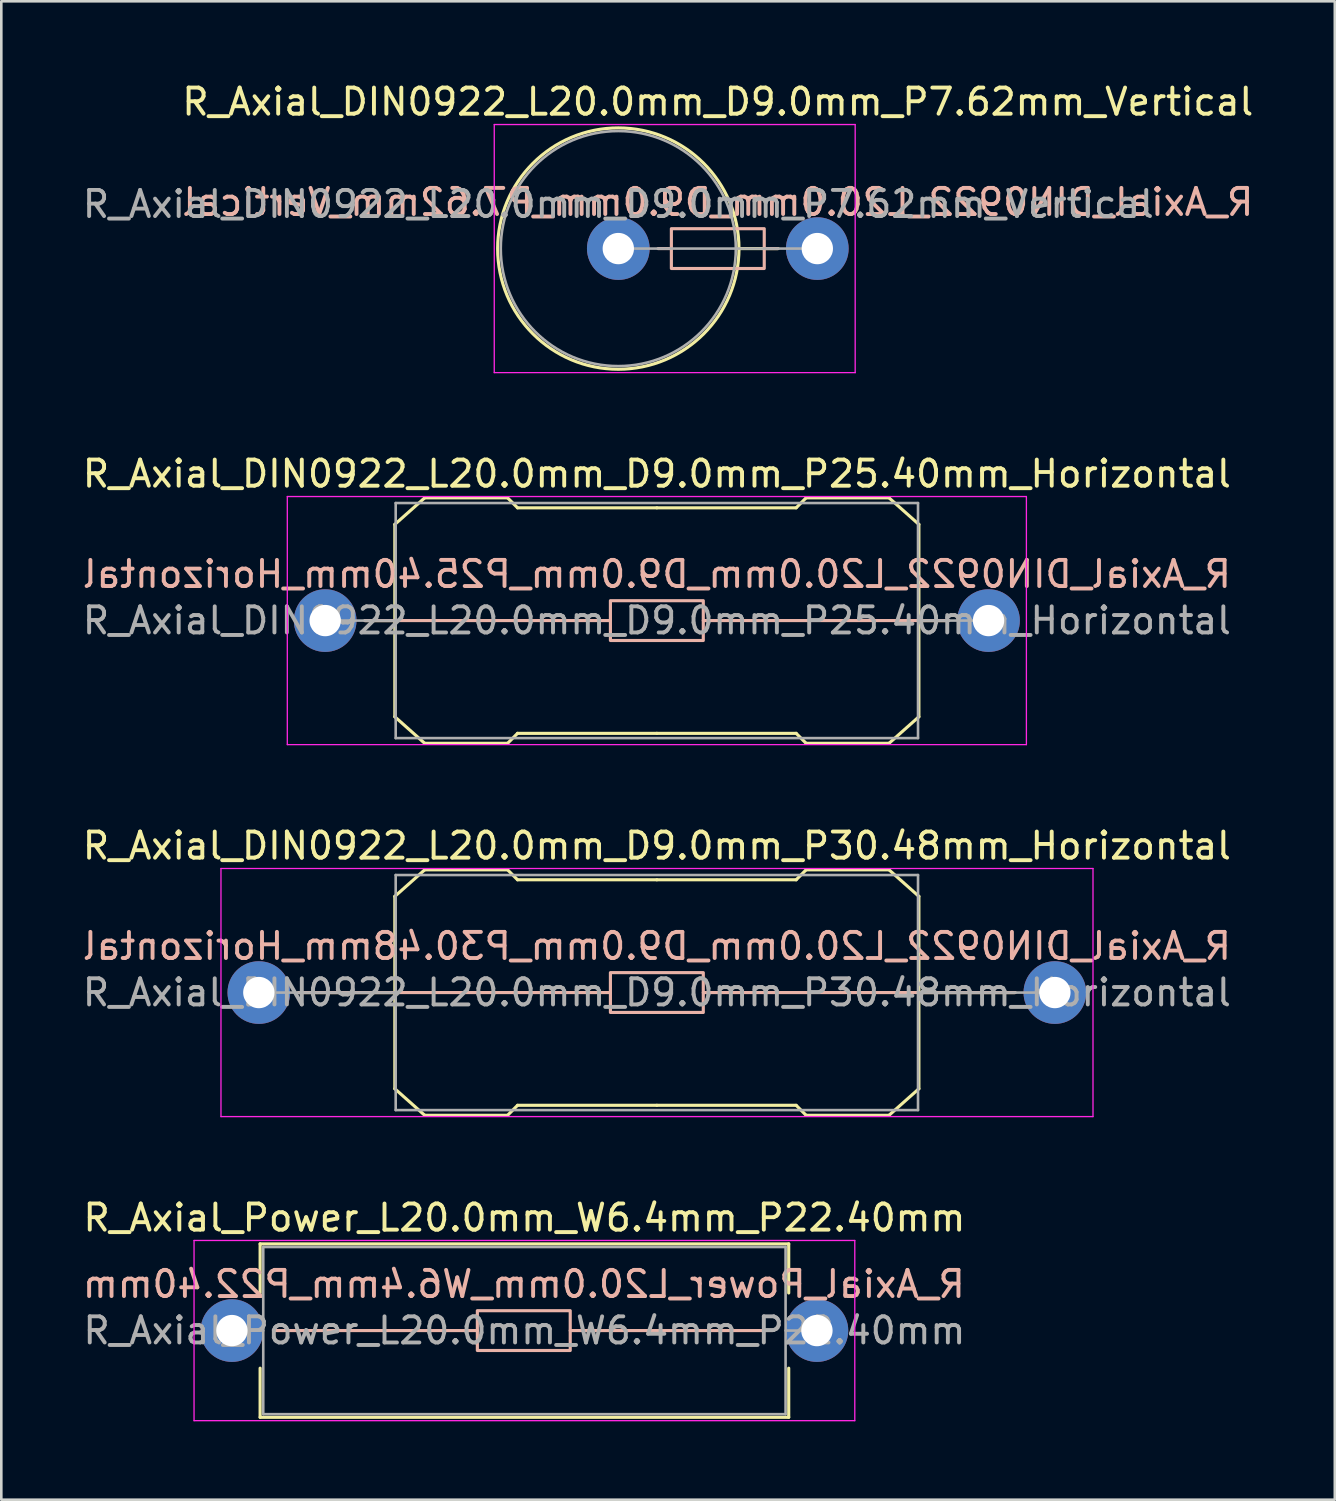
<source format=kicad_pcb>
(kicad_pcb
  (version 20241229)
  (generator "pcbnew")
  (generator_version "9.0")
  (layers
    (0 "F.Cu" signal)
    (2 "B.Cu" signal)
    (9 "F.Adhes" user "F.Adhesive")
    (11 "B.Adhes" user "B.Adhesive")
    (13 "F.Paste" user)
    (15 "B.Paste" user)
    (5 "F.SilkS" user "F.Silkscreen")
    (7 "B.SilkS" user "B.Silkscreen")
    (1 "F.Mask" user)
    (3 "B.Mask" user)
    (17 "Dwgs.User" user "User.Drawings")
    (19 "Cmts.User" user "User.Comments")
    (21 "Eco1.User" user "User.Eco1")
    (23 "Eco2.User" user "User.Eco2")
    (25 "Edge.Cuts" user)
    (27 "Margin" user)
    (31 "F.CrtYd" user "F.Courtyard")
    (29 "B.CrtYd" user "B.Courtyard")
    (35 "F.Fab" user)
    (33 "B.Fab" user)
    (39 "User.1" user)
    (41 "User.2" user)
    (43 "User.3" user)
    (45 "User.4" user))
  (footprint "R_Axial_DIN0922_L20.0mm_D9.0mm_P7.62mm_Vertical"
    (layer "F.Cu")
    (at 20.625 6.468)
    (property "Reference" "R_Axial_DIN0922_L20.0mm_D9.0mm_P7.62mm_Vertical" (at 3.81 -5.62 0) (layer "F.SilkS") (effects (font (size 1 1) (thickness 0.15))))
    (fp_line (start 4.62 0) (end 6.12 0) (stroke (width 0.12) (type solid)) (layer "F.SilkS"))
    (fp_circle (center 0 0) (end 4.62 0) (stroke (width 0.12) (type solid)) (fill no) (layer "F.SilkS"))
    (fp_line (start 2.032 0) (end 1.524 0) (stroke (width 0.12) (type solid)) (layer "B.SilkS"))
    (fp_line (start 5.588 0) (end 6.096 0) (stroke (width 0.12) (type solid)) (layer "B.SilkS"))
    (fp_rect (start 2.032 -0.762) (end 5.588 0.762) (stroke (width 0.12) (type solid)) (fill no) (layer "B.SilkS"))
    (fp_line (start -4.75 -4.75) (end -4.75 4.75) (stroke (width 0.05) (type solid)) (layer "F.CrtYd"))
    (fp_line (start -4.75 4.75) (end 9.07 4.75) (stroke (width 0.05) (type solid)) (layer "F.CrtYd"))
    (fp_line (start 9.07 -4.75) (end -4.75 -4.75) (stroke (width 0.05) (type solid)) (layer "F.CrtYd"))
    (fp_line (start 9.07 4.75) (end 9.07 -4.75) (stroke (width 0.05) (type solid)) (layer "F.CrtYd"))
    (fp_line (start 0 0) (end 7.62 0) (stroke (width 0.1) (type solid)) (layer "F.Fab"))
    (fp_circle (center 0 0) (end 4.5 0) (stroke (width 0.1) (type solid)) (fill no) (layer "F.Fab"))
    (fp_text user "${REFERENCE}" (at 3.81 -1.778 0) (layer "B.SilkS") (effects (font (size 1 1) (thickness 0.15)) (justify mirror)))
    (fp_text user "${REFERENCE}" (at 0 -1.7 0) (layer "F.Fab") (effects (font (size 1 1) (thickness 0.15))))
    (pad "1" thru_hole circle (at 0 0) (size 2.4 2.4) (drill 1.2) (layers "*.Cu" "*.Mask"))
    (pad "2" thru_hole oval (at 7.62 0) (size 2.4 2.4) (drill 1.2) (layers "*.Cu" "*.Mask")))
  (footprint "R_Axial_DIN0922_L20.0mm_D9.0mm_P25.40mm_Horizontal"
    (layer "F.Cu")
    (at 9.401 20.712)
    (property "Reference" "R_Axial_DIN0922_L20.0mm_D9.0mm_P25.40mm_Horizontal" (at 12.7 -5.62 0) (layer "F.SilkS") (effects (font (size 1 1) (thickness 0.15))))
    (fp_line (start 2.667 -3.683) (end 2.667 3.683) (stroke (width 0.12) (type solid)) (layer "F.SilkS"))
    (fp_line (start 2.667 -3.683) (end 3.81 -4.699) (stroke (width 0.12) (type solid)) (layer "F.SilkS"))
    (fp_line (start 2.667 0) (end 1.524 0) (stroke (width 0.12) (type solid)) (layer "F.SilkS"))
    (fp_line (start 2.667 3.683) (end 3.81 4.699) (stroke (width 0.12) (type solid)) (layer "F.SilkS"))
    (fp_line (start 3.81 -4.699) (end 6.985 -4.699) (stroke (width 0.12) (type solid)) (layer "F.SilkS"))
    (fp_line (start 3.81 4.699) (end 6.985 4.699) (stroke (width 0.12) (type solid)) (layer "F.SilkS"))
    (fp_line (start 6.985 -4.699) (end 7.366 -4.318) (stroke (width 0.12) (type solid)) (layer "F.SilkS"))
    (fp_line (start 6.985 4.699) (end 7.366 4.318) (stroke (width 0.12) (type solid)) (layer "F.SilkS"))
    (fp_line (start 7.366 -4.318) (end 12.7 -4.318) (stroke (width 0.12) (type solid)) (layer "F.SilkS"))
    (fp_line (start 7.366 4.318) (end 12.7 4.318) (stroke (width 0.12) (type solid)) (layer "F.SilkS"))
    (fp_line (start 18.034 -4.318) (end 12.7 -4.318) (stroke (width 0.12) (type solid)) (layer "F.SilkS"))
    (fp_line (start 18.034 4.318) (end 12.7 4.318) (stroke (width 0.12) (type solid)) (layer "F.SilkS"))
    (fp_line (start 18.415 -4.699) (end 18.034 -4.318) (stroke (width 0.12) (type solid)) (layer "F.SilkS"))
    (fp_line (start 18.415 4.699) (end 18.034 4.318) (stroke (width 0.12) (type solid)) (layer "F.SilkS"))
    (fp_line (start 21.59 -4.699) (end 18.415 -4.699) (stroke (width 0.12) (type solid)) (layer "F.SilkS"))
    (fp_line (start 21.59 4.699) (end 18.415 4.699) (stroke (width 0.12) (type solid)) (layer "F.SilkS"))
    (fp_line (start 22.733 -3.683) (end 21.59 -4.699) (stroke (width 0.12) (type solid)) (layer "F.SilkS"))
    (fp_line (start 22.733 -3.683) (end 22.733 3.683) (stroke (width 0.12) (type solid)) (layer "F.SilkS"))
    (fp_line (start 22.733 0) (end 23.876 0) (stroke (width 0.12) (type solid)) (layer "F.SilkS"))
    (fp_line (start 22.733 3.683) (end 21.59 4.699) (stroke (width 0.12) (type solid)) (layer "F.SilkS"))
    (fp_line (start 10.922 0) (end 1.524 0) (stroke (width 0.12) (type solid)) (layer "B.SilkS"))
    (fp_line (start 14.478 0) (end 23.876 0) (stroke (width 0.12) (type solid)) (layer "B.SilkS"))
    (fp_rect (start 10.922 -0.762) (end 14.478 0.762) (stroke (width 0.12) (type solid)) (fill no) (layer "B.SilkS"))
    (fp_line (start -1.45 -4.75) (end -1.45 4.75) (stroke (width 0.05) (type solid)) (layer "F.CrtYd"))
    (fp_line (start -1.45 4.75) (end 26.85 4.75) (stroke (width 0.05) (type solid)) (layer "F.CrtYd"))
    (fp_line (start 26.85 -4.75) (end -1.45 -4.75) (stroke (width 0.05) (type solid)) (layer "F.CrtYd"))
    (fp_line (start 26.85 4.75) (end 26.85 -4.75) (stroke (width 0.05) (type solid)) (layer "F.CrtYd"))
    (fp_line (start 0 0) (end 2.7 0) (stroke (width 0.1) (type solid)) (layer "F.Fab"))
    (fp_line (start 2.7 -4.5) (end 2.7 4.5) (stroke (width 0.1) (type solid)) (layer "F.Fab"))
    (fp_line (start 2.7 4.5) (end 22.7 4.5) (stroke (width 0.1) (type solid)) (layer "F.Fab"))
    (fp_line (start 22.7 -4.5) (end 2.7 -4.5) (stroke (width 0.1) (type solid)) (layer "F.Fab"))
    (fp_line (start 22.7 4.5) (end 22.7 -4.5) (stroke (width 0.1) (type solid)) (layer "F.Fab"))
    (fp_line (start 25.4 0) (end 22.7 0) (stroke (width 0.1) (type solid)) (layer "F.Fab"))
    (fp_text user "${REFERENCE}" (at 12.7 -1.778 0) (layer "B.SilkS") (effects (font (size 1 1) (thickness 0.15)) (justify mirror)))
    (fp_text user "${REFERENCE}" (at 12.7 0 0) (layer "F.Fab") (effects (font (size 1 1) (thickness 0.15))))
    (pad "1" thru_hole circle (at 0 0) (size 2.4 2.4) (drill 1.2) (layers "*.Cu" "*.Mask"))
    (pad "2" thru_hole oval (at 25.4 0) (size 2.4 2.4) (drill 1.2) (layers "*.Cu" "*.Mask")))
  (footprint "R_Axial_DIN0922_L20.0mm_D9.0mm_P30.48mm_Horizontal"
    (layer "F.Cu")
    (at 6.861 34.955)
    (property "Reference" "R_Axial_DIN0922_L20.0mm_D9.0mm_P30.48mm_Horizontal" (at 15.24 -5.62 0) (layer "F.SilkS") (effects (font (size 1 1) (thickness 0.15))))
    (fp_line (start 5.207 -3.683) (end 5.207 3.683) (stroke (width 0.12) (type solid)) (layer "F.SilkS"))
    (fp_line (start 5.207 -3.683) (end 6.35 -4.699) (stroke (width 0.12) (type solid)) (layer "F.SilkS"))
    (fp_line (start 5.207 0) (end 1.524 0) (stroke (width 0.12) (type solid)) (layer "F.SilkS"))
    (fp_line (start 5.207 3.683) (end 6.35 4.699) (stroke (width 0.12) (type solid)) (layer "F.SilkS"))
    (fp_line (start 6.35 -4.699) (end 9.525 -4.699) (stroke (width 0.12) (type solid)) (layer "F.SilkS"))
    (fp_line (start 6.35 4.699) (end 9.525 4.699) (stroke (width 0.12) (type solid)) (layer "F.SilkS"))
    (fp_line (start 9.525 -4.699) (end 9.906 -4.318) (stroke (width 0.12) (type solid)) (layer "F.SilkS"))
    (fp_line (start 9.525 4.699) (end 9.906 4.318) (stroke (width 0.12) (type solid)) (layer "F.SilkS"))
    (fp_line (start 9.906 -4.318) (end 15.24 -4.318) (stroke (width 0.12) (type solid)) (layer "F.SilkS"))
    (fp_line (start 9.906 4.318) (end 15.24 4.318) (stroke (width 0.12) (type solid)) (layer "F.SilkS"))
    (fp_line (start 20.574 -4.318) (end 15.24 -4.318) (stroke (width 0.12) (type solid)) (layer "F.SilkS"))
    (fp_line (start 20.574 4.318) (end 15.24 4.318) (stroke (width 0.12) (type solid)) (layer "F.SilkS"))
    (fp_line (start 20.955 -4.699) (end 20.574 -4.318) (stroke (width 0.12) (type solid)) (layer "F.SilkS"))
    (fp_line (start 20.955 4.699) (end 20.574 4.318) (stroke (width 0.12) (type solid)) (layer "F.SilkS"))
    (fp_line (start 24.13 -4.699) (end 20.955 -4.699) (stroke (width 0.12) (type solid)) (layer "F.SilkS"))
    (fp_line (start 24.13 4.699) (end 20.955 4.699) (stroke (width 0.12) (type solid)) (layer "F.SilkS"))
    (fp_line (start 25.273 -3.683) (end 24.13 -4.699) (stroke (width 0.12) (type solid)) (layer "F.SilkS"))
    (fp_line (start 25.273 -3.683) (end 25.273 3.683) (stroke (width 0.12) (type solid)) (layer "F.SilkS"))
    (fp_line (start 25.273 0) (end 28.956 0) (stroke (width 0.12) (type solid)) (layer "F.SilkS"))
    (fp_line (start 25.273 3.683) (end 24.13 4.699) (stroke (width 0.12) (type solid)) (layer "F.SilkS"))
    (fp_line (start 13.462 0) (end 1.524 0) (stroke (width 0.12) (type solid)) (layer "B.SilkS"))
    (fp_line (start 17.018 0) (end 28.956 0) (stroke (width 0.12) (type solid)) (layer "B.SilkS"))
    (fp_rect (start 13.462 -0.762) (end 17.018 0.762) (stroke (width 0.12) (type solid)) (fill no) (layer "B.SilkS"))
    (fp_line (start -1.45 -4.75) (end -1.45 4.75) (stroke (width 0.05) (type solid)) (layer "F.CrtYd"))
    (fp_line (start -1.45 4.75) (end 31.94 4.75) (stroke (width 0.05) (type solid)) (layer "F.CrtYd"))
    (fp_line (start 31.94 -4.75) (end -1.45 -4.75) (stroke (width 0.05) (type solid)) (layer "F.CrtYd"))
    (fp_line (start 31.94 4.75) (end 31.94 -4.75) (stroke (width 0.05) (type solid)) (layer "F.CrtYd"))
    (fp_line (start 0 0) (end 5.24 0) (stroke (width 0.1) (type solid)) (layer "F.Fab"))
    (fp_line (start 5.24 -4.5) (end 5.24 4.5) (stroke (width 0.1) (type solid)) (layer "F.Fab"))
    (fp_line (start 5.24 4.5) (end 25.24 4.5) (stroke (width 0.1) (type solid)) (layer "F.Fab"))
    (fp_line (start 25.24 -4.5) (end 5.24 -4.5) (stroke (width 0.1) (type solid)) (layer "F.Fab"))
    (fp_line (start 25.24 4.5) (end 25.24 -4.5) (stroke (width 0.1) (type solid)) (layer "F.Fab"))
    (fp_line (start 30.48 0) (end 25.24 0) (stroke (width 0.1) (type solid)) (layer "F.Fab"))
    (fp_text user "${REFERENCE}" (at 15.24 -1.778 0) (layer "B.SilkS") (effects (font (size 1 1) (thickness 0.15)) (justify mirror)))
    (fp_text user "${REFERENCE}" (at 15.24 0 0) (layer "F.Fab") (effects (font (size 1 1) (thickness 0.15))))
    (pad "1" thru_hole circle (at 0 0) (size 2.4 2.4) (drill 1.2) (layers "*.Cu" "*.Mask"))
    (pad "2" thru_hole oval (at 30.48 0) (size 2.4 2.4) (drill 1.2) (layers "*.Cu" "*.Mask")))
  (footprint "R_Axial_Power_L20.0mm_W6.4mm_P22.40mm"
    (layer "F.Cu")
    (at 5.83 47.898)
    (property "Reference" "R_Axial_Power_L20.0mm_W6.4mm_P22.40mm" (at 11.2 -4.32 0) (layer "F.SilkS") (effects (font (size 1 1) (thickness 0.15))))
    (fp_line (start 1.08 -3.32) (end 21.32 -3.32) (stroke (width 0.12) (type solid)) (layer "F.SilkS"))
    (fp_line (start 1.08 -1.44) (end 1.08 -3.32) (stroke (width 0.12) (type solid)) (layer "F.SilkS"))
    (fp_line (start 1.08 1.44) (end 1.08 3.32) (stroke (width 0.12) (type solid)) (layer "F.SilkS"))
    (fp_line (start 1.08 3.32) (end 21.32 3.32) (stroke (width 0.12) (type solid)) (layer "F.SilkS"))
    (fp_line (start 21.32 -3.32) (end 21.32 -1.44) (stroke (width 0.12) (type solid)) (layer "F.SilkS"))
    (fp_line (start 21.32 3.32) (end 21.32 1.44) (stroke (width 0.12) (type solid)) (layer "F.SilkS"))
    (fp_line (start 9.398 0) (end 1.651 0) (stroke (width 0.12) (type solid)) (layer "B.SilkS"))
    (fp_line (start 20.701 0) (end 12.954 0) (stroke (width 0.12) (type solid)) (layer "B.SilkS"))
    (fp_rect (start 9.398 -0.762) (end 12.954 0.762) (stroke (width 0.12) (type solid)) (fill no) (layer "B.SilkS"))
    (fp_line (start -1.45 -3.45) (end -1.45 3.45) (stroke (width 0.05) (type solid)) (layer "F.CrtYd"))
    (fp_line (start -1.45 3.45) (end 23.85 3.45) (stroke (width 0.05) (type solid)) (layer "F.CrtYd"))
    (fp_line (start 23.85 -3.45) (end -1.45 -3.45) (stroke (width 0.05) (type solid)) (layer "F.CrtYd"))
    (fp_line (start 23.85 3.45) (end 23.85 -3.45) (stroke (width 0.05) (type solid)) (layer "F.CrtYd"))
    (fp_line (start 0 0) (end 1.2 0) (stroke (width 0.1) (type solid)) (layer "F.Fab"))
    (fp_line (start 1.2 -3.2) (end 1.2 3.2) (stroke (width 0.1) (type solid)) (layer "F.Fab"))
    (fp_line (start 1.2 3.2) (end 21.2 3.2) (stroke (width 0.1) (type solid)) (layer "F.Fab"))
    (fp_line (start 21.2 -3.2) (end 1.2 -3.2) (stroke (width 0.1) (type solid)) (layer "F.Fab"))
    (fp_line (start 21.2 3.2) (end 21.2 -3.2) (stroke (width 0.1) (type solid)) (layer "F.Fab"))
    (fp_line (start 22.4 0) (end 21.2 0) (stroke (width 0.1) (type solid)) (layer "F.Fab"))
    (fp_text user "${REFERENCE}" (at 11.176 -1.778 0) (layer "B.SilkS") (effects (font (size 1 1) (thickness 0.15)) (justify mirror)))
    (fp_text user "${REFERENCE}" (at 11.2 0 0) (layer "F.Fab") (effects (font (size 1 1) (thickness 0.15))))
    (pad "1" thru_hole circle (at 0 0) (size 2.4 2.4) (drill 1.2) (layers "*.Cu" "*.Mask"))
    (pad "2" thru_hole oval (at 22.4 0) (size 2.4 2.4) (drill 1.2) (layers "*.Cu" "*.Mask")))
  (gr_rect
    (start -3 -3)
    (end 48.06 54.373)
    (stroke (width 0.1) (type default))
    (fill no)
    (layer "Edge.Cuts")))
</source>
